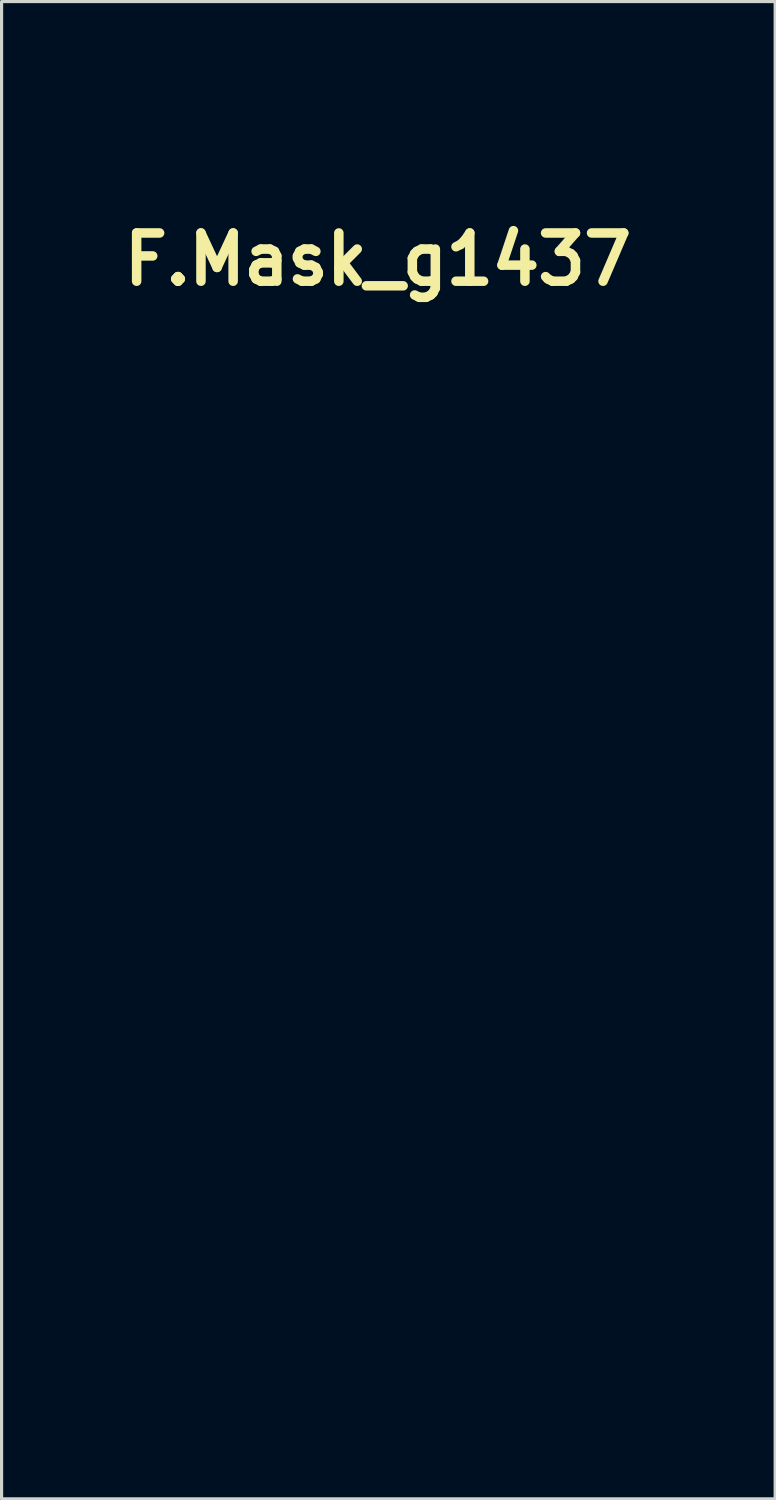
<source format=kicad_pcb>
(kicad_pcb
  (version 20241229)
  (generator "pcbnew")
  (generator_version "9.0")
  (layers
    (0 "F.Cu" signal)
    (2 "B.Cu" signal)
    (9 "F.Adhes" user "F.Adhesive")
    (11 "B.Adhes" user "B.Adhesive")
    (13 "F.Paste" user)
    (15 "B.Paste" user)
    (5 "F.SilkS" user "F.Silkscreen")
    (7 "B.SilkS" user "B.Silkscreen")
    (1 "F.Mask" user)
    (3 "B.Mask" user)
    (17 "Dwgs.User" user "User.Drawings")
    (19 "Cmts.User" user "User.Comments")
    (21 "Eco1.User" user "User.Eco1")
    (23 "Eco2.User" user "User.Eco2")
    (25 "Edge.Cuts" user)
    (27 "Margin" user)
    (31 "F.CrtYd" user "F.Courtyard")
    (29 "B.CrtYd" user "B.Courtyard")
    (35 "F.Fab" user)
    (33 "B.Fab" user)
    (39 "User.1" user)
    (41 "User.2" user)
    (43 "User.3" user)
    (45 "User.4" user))
  (footprint "F.Mask_g1437"
    (layer "F.Cu")
    (at 8.886 5.143)
    (property "Reference" "F.Mask_g1437" (at 0 0 0) (layer "F.SilkS") (effects (font (size 1.524 1.524) (thickness 0.3))))
    (attr through_hole)
    (fp_poly (pts (xy -6.688 28.056) (xy -6.493 28.125) (xy -6.306 28.232) (xy -6.132 28.374) (xy -5.973 28.551) (xy -5.896 28.658) (xy -5.755 28.905) (xy -5.639 29.187) (xy -5.548 29.504) (xy -5.481 29.854) (xy -5.439 30.238) (xy -5.426 30.501) (xy -5.429 31.029) (xy -5.471 31.566) (xy -5.553 32.109) (xy -5.672 32.655) (xy -5.828 33.199) (xy -6.02 33.739) (xy -6.248 34.271) (xy -6.359 34.502) (xy -6.523 34.814) (xy -6.685 35.09) (xy -6.847 35.333) (xy -7.014 35.549) (xy -7.187 35.742) (xy -7.227 35.782) (xy -7.379 35.921) (xy -7.519 36.024) (xy -7.653 36.094) (xy -7.786 36.134) (xy -7.884 36.146) (xy -7.999 36.145) (xy -8.092 36.13) (xy -8.112 36.124) (xy -8.232 36.06) (xy -8.341 35.962) (xy -8.44 35.829) (xy -8.529 35.66) (xy -8.609 35.453) (xy -8.68 35.209) (xy -8.742 34.925) (xy -8.796 34.602) (xy -8.841 34.248) (xy -8.852 34.122) (xy -8.861 33.961) (xy -8.868 33.77) (xy -8.874 33.557) (xy -8.878 33.329) (xy -8.881 33.091) (xy -8.881 32.85) (xy -8.88 32.613) (xy -8.877 32.387) (xy -8.872 32.178) (xy -8.865 31.993) (xy -8.857 31.838) (xy -8.852 31.771) (xy -8.802 31.289) (xy -8.743 30.846) (xy -8.674 30.44) (xy -8.596 30.071) (xy -8.508 29.735) (xy -8.409 29.431) (xy -8.298 29.156) (xy -8.175 28.91) (xy -8.074 28.741) (xy -7.987 28.62) (xy -7.879 28.496) (xy -7.761 28.376) (xy -7.641 28.271) (xy -7.53 28.189) (xy -7.493 28.167) (xy -7.294 28.079) (xy -7.092 28.032) (xy -6.889 28.025) (xy -6.688 28.056)) (stroke (width 0.01) (type solid)) (fill yes) (layer "F.Mask"))
    (fp_poly (pts (xy 7.162 28.04) (xy 7.346 28.089) (xy 7.521 28.173) (xy 7.692 28.294) (xy 7.824 28.414) (xy 7.993 28.606) (xy 8.146 28.828) (xy 8.284 29.082) (xy 8.408 29.37) (xy 8.518 29.694) (xy 8.615 30.055) (xy 8.699 30.454) (xy 8.729 30.625) (xy 8.794 31.052) (xy 8.844 31.48) (xy 8.879 31.917) (xy 8.9 32.372) (xy 8.908 32.852) (xy 8.905 33.232) (xy 8.893 33.67) (xy 8.871 34.068) (xy 8.839 34.429) (xy 8.796 34.753) (xy 8.743 35.043) (xy 8.679 35.3) (xy 8.604 35.527) (xy 8.53 35.698) (xy 8.444 35.856) (xy 8.355 35.975) (xy 8.258 36.06) (xy 8.149 36.114) (xy 8.023 36.141) (xy 7.972 36.145) (xy 7.888 36.146) (xy 7.813 36.142) (xy 7.765 36.133) (xy 7.633 36.075) (xy 7.489 35.984) (xy 7.338 35.865) (xy 7.188 35.723) (xy 7.043 35.565) (xy 6.939 35.433) (xy 6.721 35.113) (xy 6.512 34.758) (xy 6.315 34.372) (xy 6.132 33.963) (xy 5.966 33.536) (xy 5.819 33.096) (xy 5.694 32.651) (xy 5.593 32.205) (xy 5.58 32.142) (xy 5.539 31.914) (xy 5.507 31.708) (xy 5.483 31.512) (xy 5.467 31.315) (xy 5.457 31.105) (xy 5.452 30.871) (xy 5.451 30.713) (xy 5.453 30.484) (xy 5.458 30.288) (xy 5.467 30.118) (xy 5.482 29.963) (xy 5.503 29.816) (xy 5.532 29.668) (xy 5.569 29.509) (xy 5.588 29.432) (xy 5.676 29.148) (xy 5.785 28.892) (xy 5.915 28.665) (xy 6.062 28.47) (xy 6.225 28.308) (xy 6.403 28.181) (xy 6.594 28.09) (xy 6.796 28.038) (xy 6.963 28.025) (xy 7.162 28.04)) (stroke (width 0.01) (type solid)) (fill yes) (layer "F.Mask"))
    (fp_poly (pts (xy 7.469 -5.134) (xy 7.705 -5.104) (xy 7.939 -5.049) (xy 8.16 -4.973) (xy 8.218 -4.947) (xy 8.469 -4.809) (xy 8.693 -4.638) (xy 8.891 -4.435) (xy 9.064 -4.198) (xy 9.21 -3.929) (xy 9.33 -3.626) (xy 9.425 -3.29) (xy 9.494 -2.921) (xy 9.527 -2.639) (xy 9.538 -2.475) (xy 9.543 -2.282) (xy 9.544 -2.071) (xy 9.54 -1.85) (xy 9.531 -1.632) (xy 9.519 -1.426) (xy 9.503 -1.243) (xy 9.486 -1.111) (xy 9.422 -0.752) (xy 9.345 -0.424) (xy 9.254 -0.119) (xy 9.145 0.173) (xy 9.125 0.22) (xy 8.962 0.565) (xy 8.777 0.882) (xy 8.571 1.17) (xy 8.346 1.428) (xy 8.106 1.655) (xy 7.851 1.847) (xy 7.583 2.005) (xy 7.305 2.125) (xy 7.019 2.208) (xy 6.726 2.25) (xy 6.646 2.254) (xy 6.532 2.256) (xy 6.416 2.254) (xy 6.316 2.248) (xy 6.264 2.243) (xy 6.12 2.216) (xy 5.956 2.174) (xy 5.792 2.122) (xy 5.646 2.066) (xy 5.618 2.054) (xy 5.429 1.953) (xy 5.249 1.828) (xy 5.086 1.687) (xy 4.949 1.536) (xy 4.852 1.395) (xy 4.779 1.251) (xy 4.73 1.115) (xy 4.702 0.972) (xy 4.691 0.806) (xy 4.691 0.762) (xy 4.693 0.647) (xy 4.701 0.534) (xy 4.717 0.419) (xy 4.742 0.298) (xy 4.777 0.166) (xy 4.823 0.02) (xy 4.883 -0.147) (xy 4.956 -0.336) (xy 5.045 -0.554) (xy 5.15 -0.805) (xy 5.185 -0.887) (xy 5.294 -1.143) (xy 5.387 -1.371) (xy 5.467 -1.576) (xy 5.536 -1.767) (xy 5.595 -1.951) (xy 5.648 -2.135) (xy 5.696 -2.327) (xy 5.742 -2.535) (xy 5.787 -2.765) (xy 5.834 -3.025) (xy 5.863 -3.195) (xy 5.893 -3.365) (xy 5.924 -3.532) (xy 5.953 -3.69) (xy 5.981 -3.83) (xy 6.004 -3.944) (xy 6.023 -4.025) (xy 6.024 -4.031) (xy 6.106 -4.292) (xy 6.212 -4.519) (xy 6.34 -4.71) (xy 6.493 -4.866) (xy 6.669 -4.987) (xy 6.869 -5.074) (xy 7.033 -5.116) (xy 7.241 -5.138) (xy 7.469 -5.134)) (stroke (width 0.01) (type solid)) (fill yes) (layer "F.Mask")))
  (gr_rect
    (start -3 -3)
    (end 21.435 44.294)
    (stroke (width 0.1) (type default))
    (fill no)
    (layer "Edge.Cuts")))
</source>
